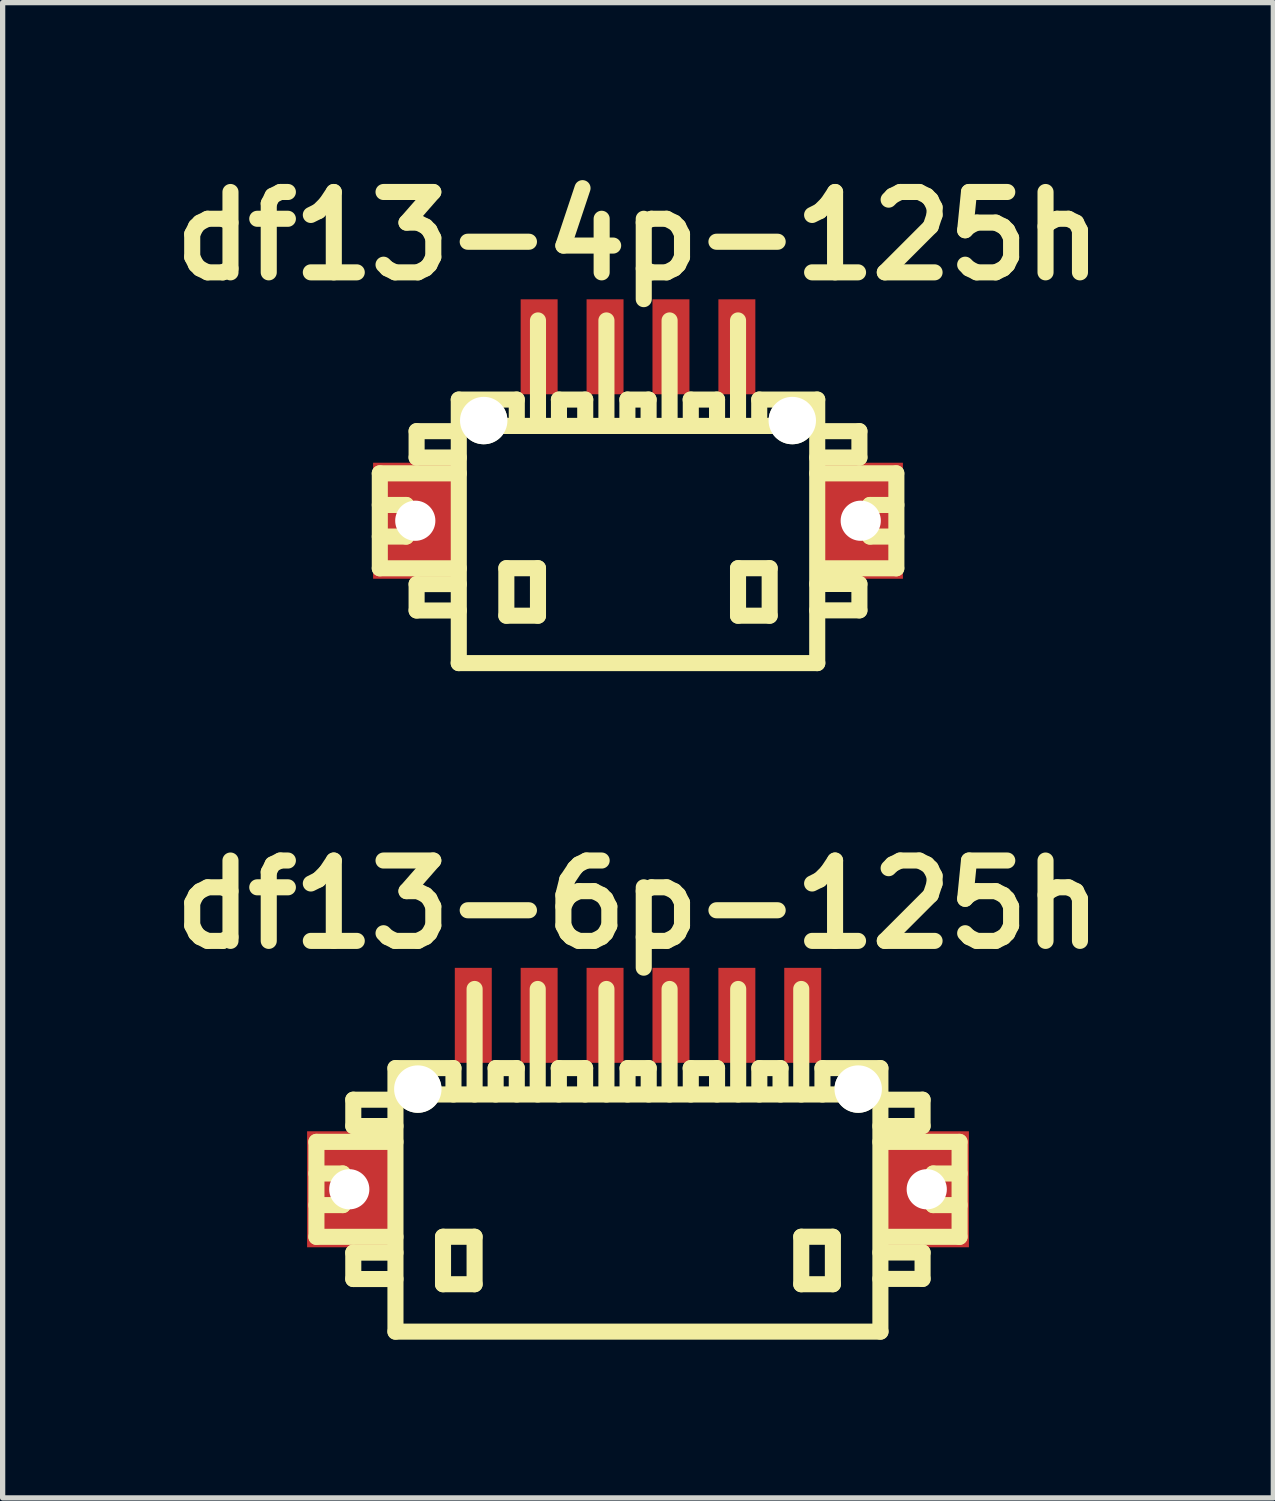
<source format=kicad_pcb>
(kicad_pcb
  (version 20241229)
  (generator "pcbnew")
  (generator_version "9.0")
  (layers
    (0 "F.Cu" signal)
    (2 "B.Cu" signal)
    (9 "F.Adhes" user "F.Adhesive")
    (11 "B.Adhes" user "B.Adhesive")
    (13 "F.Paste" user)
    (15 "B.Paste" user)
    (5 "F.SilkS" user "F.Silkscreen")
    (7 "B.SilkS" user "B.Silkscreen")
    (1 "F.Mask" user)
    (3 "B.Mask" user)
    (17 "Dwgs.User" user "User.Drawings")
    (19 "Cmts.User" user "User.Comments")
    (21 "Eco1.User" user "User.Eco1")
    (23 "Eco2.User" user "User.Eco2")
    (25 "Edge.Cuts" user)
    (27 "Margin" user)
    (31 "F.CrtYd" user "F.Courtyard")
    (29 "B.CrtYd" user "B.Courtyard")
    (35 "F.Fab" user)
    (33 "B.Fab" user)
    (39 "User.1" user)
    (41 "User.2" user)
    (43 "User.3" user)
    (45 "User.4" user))
  (footprint "df13-4p-125h"
    (layer "F.Cu")
    (at 9.05 7.027)
    (property "Reference" "df13-4p-125h" (at 0 -5.601 0) (layer "F.SilkS") (effects (font (size 1.524 1.524) (thickness 0.305))))
    (attr through_hole)
    (fp_line (start -4.897 -1.1) (end -4.897 0.701) (stroke (width 0.305) (type solid)) (layer "F.SilkS"))
    (fp_line (start -4.897 0.701) (end -3.399 0.701) (stroke (width 0.305) (type solid)) (layer "F.SilkS"))
    (fp_line (start -4.397 -0.5) (end -4.897 -0.5) (stroke (width 0.305) (type solid)) (layer "F.SilkS"))
    (fp_line (start -4.397 0.099) (end -4.897 0.099) (stroke (width 0.305) (type solid)) (layer "F.SilkS"))
    (fp_line (start -4.397 0.099) (end -4.397 -0.5) (stroke (width 0.305) (type solid)) (layer "F.SilkS"))
    (fp_line (start -4.199 -1.9) (end -4.199 -1.4) (stroke (width 0.305) (type solid)) (layer "F.SilkS"))
    (fp_line (start -4.199 -1.9) (end -3.399 -1.9) (stroke (width 0.305) (type solid)) (layer "F.SilkS"))
    (fp_line (start -4.199 1.001) (end -4.199 1.501) (stroke (width 0.305) (type solid)) (layer "F.SilkS"))
    (fp_line (start -4.199 1.501) (end -3.399 1.501) (stroke (width 0.305) (type solid)) (layer "F.SilkS"))
    (fp_line (start -3.401 -1.999) (end 3.401 -1.999) (stroke (width 0.305) (type solid)) (layer "F.SilkS"))
    (fp_line (start -3.401 2.499) (end 3.401 2.499) (stroke (width 0.305) (type solid)) (layer "F.SilkS"))
    (fp_line (start -3.399 -1.4) (end -4.199 -1.4) (stroke (width 0.305) (type solid)) (layer "F.SilkS"))
    (fp_line (start -3.399 -1.1) (end -4.897 -1.1) (stroke (width 0.305) (type solid)) (layer "F.SilkS"))
    (fp_line (start -3.399 1.001) (end -4.199 1.001) (stroke (width 0.305) (type solid)) (layer "F.SilkS"))
    (fp_line (start -3.399 2.499) (end -3.399 -2.499) (stroke (width 0.305) (type solid)) (layer "F.SilkS"))
    (fp_line (start -2.497 0.699) (end -2.497 1.6) (stroke (width 0.305) (type solid)) (layer "F.SilkS"))
    (fp_line (start -2.497 1.6) (end -1.897 1.6) (stroke (width 0.305) (type solid)) (layer "F.SilkS"))
    (fp_line (start -2.299 -2.499) (end -3.399 -2.499) (stroke (width 0.305) (type solid)) (layer "F.SilkS"))
    (fp_line (start -2.299 -2.499) (end -2.299 -1.999) (stroke (width 0.305) (type solid)) (layer "F.SilkS"))
    (fp_line (start -1.897 -4) (end -1.897 -1.999) (stroke (width 0.305) (type solid)) (layer "F.SilkS"))
    (fp_line (start -1.897 0.699) (end -2.497 0.699) (stroke (width 0.305) (type solid)) (layer "F.SilkS"))
    (fp_line (start -1.897 1.6) (end -1.897 0.699) (stroke (width 0.305) (type solid)) (layer "F.SilkS"))
    (fp_line (start -1.501 -2.499) (end -1.001 -2.499) (stroke (width 0.305) (type solid)) (layer "F.SilkS"))
    (fp_line (start -1.499 -1.999) (end -1.499 -2.499) (stroke (width 0.305) (type solid)) (layer "F.SilkS"))
    (fp_line (start -1.001 -2.499) (end -1.001 -1.999) (stroke (width 0.305) (type solid)) (layer "F.SilkS"))
    (fp_line (start -0.599 -1.999) (end -0.599 -4) (stroke (width 0.305) (type solid)) (layer "F.SilkS"))
    (fp_line (start -0.201 -2.499) (end -0.201 -1.999) (stroke (width 0.305) (type solid)) (layer "F.SilkS"))
    (fp_line (start 0.201 -2.499) (end -0.201 -2.499) (stroke (width 0.305) (type solid)) (layer "F.SilkS"))
    (fp_line (start 0.201 -2.499) (end 0.201 -1.999) (stroke (width 0.305) (type solid)) (layer "F.SilkS"))
    (fp_line (start 0.599 -1.999) (end 0.599 -4) (stroke (width 0.305) (type solid)) (layer "F.SilkS"))
    (fp_line (start 0.998 -2.499) (end 1.499 -2.499) (stroke (width 0.305) (type solid)) (layer "F.SilkS"))
    (fp_line (start 1.001 -1.999) (end 1.001 -2.499) (stroke (width 0.305) (type solid)) (layer "F.SilkS"))
    (fp_line (start 1.499 -2.499) (end 1.499 -1.999) (stroke (width 0.305) (type solid)) (layer "F.SilkS"))
    (fp_line (start 1.897 -1.999) (end 1.897 -4) (stroke (width 0.305) (type solid)) (layer "F.SilkS"))
    (fp_line (start 1.897 0.699) (end 2.497 0.699) (stroke (width 0.305) (type solid)) (layer "F.SilkS"))
    (fp_line (start 1.897 1.6) (end 1.897 0.699) (stroke (width 0.305) (type solid)) (layer "F.SilkS"))
    (fp_line (start 2.299 -2.499) (end 2.299 -1.999) (stroke (width 0.305) (type solid)) (layer "F.SilkS"))
    (fp_line (start 2.497 0.699) (end 2.497 1.6) (stroke (width 0.305) (type solid)) (layer "F.SilkS"))
    (fp_line (start 2.497 1.6) (end 1.897 1.6) (stroke (width 0.305) (type solid)) (layer "F.SilkS"))
    (fp_line (start 3.399 -2.499) (end 2.299 -2.499) (stroke (width 0.305) (type solid)) (layer "F.SilkS"))
    (fp_line (start 3.399 -2.499) (end 3.399 2.499) (stroke (width 0.305) (type solid)) (layer "F.SilkS"))
    (fp_line (start 3.399 -1.9) (end 4.199 -1.9) (stroke (width 0.305) (type solid)) (layer "F.SilkS"))
    (fp_line (start 3.399 0.998) (end 4.199 0.998) (stroke (width 0.305) (type solid)) (layer "F.SilkS"))
    (fp_line (start 4.199 -1.9) (end 4.199 -1.4) (stroke (width 0.305) (type solid)) (layer "F.SilkS"))
    (fp_line (start 4.199 -1.4) (end 3.399 -1.4) (stroke (width 0.305) (type solid)) (layer "F.SilkS"))
    (fp_line (start 4.199 0.998) (end 4.199 1.499) (stroke (width 0.305) (type solid)) (layer "F.SilkS"))
    (fp_line (start 4.199 1.499) (end 3.399 1.499) (stroke (width 0.305) (type solid)) (layer "F.SilkS"))
    (fp_line (start 4.399 0.099) (end 4.399 -0.5) (stroke (width 0.305) (type solid)) (layer "F.SilkS"))
    (fp_line (start 4.897 -1.1) (end 3.399 -1.1) (stroke (width 0.305) (type solid)) (layer "F.SilkS"))
    (fp_line (start 4.897 0.701) (end 3.498 0.701) (stroke (width 0.305) (type solid)) (layer "F.SilkS"))
    (fp_line (start 4.9 -1.1) (end 4.9 0.701) (stroke (width 0.305) (type solid)) (layer "F.SilkS"))
    (fp_line (start 4.9 -0.5) (end 4.399 -0.5) (stroke (width 0.305) (type solid)) (layer "F.SilkS"))
    (fp_line (start 4.9 0.099) (end 4.399 0.099) (stroke (width 0.305) (type solid)) (layer "F.SilkS"))
    (pad "" np_thru_hole rect (at -4.224 -0.201) (size 1.6 2.2) (drill 0.762) (layers "F.Cu" "F.Mask" "F.Paste"))
    (pad "" np_thru_hole circle (at -2.926 -2.101) (size 0.899 0.899) (drill 0.899) (layers "*.Cu" "*.Mask" "F.SilkS"))
    (pad "" np_thru_hole circle (at 2.926 -2.101) (size 0.899 0.899) (drill 0.899) (layers "*.Cu" "*.Mask" "F.SilkS"))
    (pad "" np_thru_hole rect (at 4.224 -0.201) (size 1.6 2.2) (drill 0.762) (layers "F.Cu" "F.Mask" "F.Paste"))
    (pad "1" smd rect (at 1.875 -3.5) (size 0.701 1.801) (layers "F.Cu" "F.Mask" "F.Paste"))
    (pad "2" smd rect (at 0.625 -3.5) (size 0.701 1.801) (layers "F.Cu" "F.Mask" "F.Paste"))
    (pad "3" smd rect (at -0.625 -3.5) (size 0.701 1.801) (layers "F.Cu" "F.Mask" "F.Paste"))
    (pad "4" smd rect (at -1.875 -3.5) (size 0.701 1.801) (layers "F.Cu" "F.Mask" "F.Paste")))
  (footprint "df13-6p-125h"
    (layer "F.Cu")
    (at 9.05 19.706)
    (property "Reference" "df13-6p-125h" (at 0 -5.601 0) (layer "F.SilkS") (effects (font (size 1.524 1.524) (thickness 0.305))))
    (attr through_hole)
    (fp_line (start -6.099 -1.1) (end -6.099 0.701) (stroke (width 0.305) (type solid)) (layer "F.SilkS"))
    (fp_line (start -6.099 0.701) (end -4.6 0.701) (stroke (width 0.305) (type solid)) (layer "F.SilkS"))
    (fp_line (start -5.598 -0.5) (end -6.099 -0.5) (stroke (width 0.305) (type solid)) (layer "F.SilkS"))
    (fp_line (start -5.598 0.099) (end -6.099 0.099) (stroke (width 0.305) (type solid)) (layer "F.SilkS"))
    (fp_line (start -5.598 0.099) (end -5.598 -0.5) (stroke (width 0.305) (type solid)) (layer "F.SilkS"))
    (fp_line (start -5.4 -1.9) (end -5.4 -1.4) (stroke (width 0.305) (type solid)) (layer "F.SilkS"))
    (fp_line (start -5.4 -1.9) (end -4.6 -1.9) (stroke (width 0.305) (type solid)) (layer "F.SilkS"))
    (fp_line (start -5.4 1.001) (end -5.4 1.501) (stroke (width 0.305) (type solid)) (layer "F.SilkS"))
    (fp_line (start -5.4 1.501) (end -4.6 1.501) (stroke (width 0.305) (type solid)) (layer "F.SilkS"))
    (fp_line (start -4.6 -1.4) (end -5.4 -1.4) (stroke (width 0.305) (type solid)) (layer "F.SilkS"))
    (fp_line (start -4.6 -1.1) (end -6.099 -1.1) (stroke (width 0.305) (type solid)) (layer "F.SilkS"))
    (fp_line (start -4.6 1.001) (end -5.4 1.001) (stroke (width 0.305) (type solid)) (layer "F.SilkS"))
    (fp_line (start -4.6 2.499) (end -4.6 -2.499) (stroke (width 0.305) (type solid)) (layer "F.SilkS"))
    (fp_line (start -4.6 2.499) (end 4.6 2.499) (stroke (width 0.305) (type solid)) (layer "F.SilkS"))
    (fp_line (start -3.698 0.699) (end -3.698 1.6) (stroke (width 0.305) (type solid)) (layer "F.SilkS"))
    (fp_line (start -3.698 1.6) (end -3.099 1.6) (stroke (width 0.305) (type solid)) (layer "F.SilkS"))
    (fp_line (start -3.5 -2.499) (end -4.6 -2.499) (stroke (width 0.305) (type solid)) (layer "F.SilkS"))
    (fp_line (start -3.5 -2.499) (end -3.5 -1.999) (stroke (width 0.305) (type solid)) (layer "F.SilkS"))
    (fp_line (start -3.099 -4) (end -3.099 -1.999) (stroke (width 0.305) (type solid)) (layer "F.SilkS"))
    (fp_line (start -3.099 0.699) (end -3.698 0.699) (stroke (width 0.305) (type solid)) (layer "F.SilkS"))
    (fp_line (start -3.099 1.6) (end -3.099 0.699) (stroke (width 0.305) (type solid)) (layer "F.SilkS"))
    (fp_line (start -2.7 -2.499) (end -2.7 -1.999) (stroke (width 0.305) (type solid)) (layer "F.SilkS"))
    (fp_line (start -2.299 -2.499) (end -2.7 -2.499) (stroke (width 0.305) (type solid)) (layer "F.SilkS"))
    (fp_line (start -2.299 -2.499) (end -2.299 -1.999) (stroke (width 0.305) (type solid)) (layer "F.SilkS"))
    (fp_line (start -1.902 -1.999) (end -1.902 -4) (stroke (width 0.305) (type solid)) (layer "F.SilkS"))
    (fp_line (start -1.504 -2.499) (end -1.003 -2.499) (stroke (width 0.305) (type solid)) (layer "F.SilkS"))
    (fp_line (start -1.501 -1.999) (end -1.501 -2.499) (stroke (width 0.305) (type solid)) (layer "F.SilkS"))
    (fp_line (start -1.003 -2.499) (end -1.003 -1.999) (stroke (width 0.305) (type solid)) (layer "F.SilkS"))
    (fp_line (start -0.599 -1.999) (end -0.599 -4) (stroke (width 0.305) (type solid)) (layer "F.SilkS"))
    (fp_line (start -0.198 -2.499) (end -0.198 -1.999) (stroke (width 0.305) (type solid)) (layer "F.SilkS"))
    (fp_line (start 0.203 -2.499) (end -0.198 -2.499) (stroke (width 0.305) (type solid)) (layer "F.SilkS"))
    (fp_line (start 0.203 -2.499) (end 0.203 -1.999) (stroke (width 0.305) (type solid)) (layer "F.SilkS"))
    (fp_line (start 0.599 -1.999) (end 0.599 -4) (stroke (width 0.305) (type solid)) (layer "F.SilkS"))
    (fp_line (start 0.998 -2.499) (end 1.499 -2.499) (stroke (width 0.305) (type solid)) (layer "F.SilkS"))
    (fp_line (start 1.001 -1.999) (end 1.001 -2.499) (stroke (width 0.305) (type solid)) (layer "F.SilkS"))
    (fp_line (start 1.499 -2.499) (end 1.499 -1.999) (stroke (width 0.305) (type solid)) (layer "F.SilkS"))
    (fp_line (start 1.9 -1.999) (end 1.9 -4) (stroke (width 0.305) (type solid)) (layer "F.SilkS"))
    (fp_line (start 2.301 -2.499) (end 2.301 -1.999) (stroke (width 0.305) (type solid)) (layer "F.SilkS"))
    (fp_line (start 2.703 -2.499) (end 2.301 -2.499) (stroke (width 0.305) (type solid)) (layer "F.SilkS"))
    (fp_line (start 2.703 -2.499) (end 2.703 -1.999) (stroke (width 0.305) (type solid)) (layer "F.SilkS"))
    (fp_line (start 3.096 -1.999) (end 3.096 -4) (stroke (width 0.305) (type solid)) (layer "F.SilkS"))
    (fp_line (start 3.096 0.699) (end 3.696 0.699) (stroke (width 0.305) (type solid)) (layer "F.SilkS"))
    (fp_line (start 3.096 1.6) (end 3.096 0.699) (stroke (width 0.305) (type solid)) (layer "F.SilkS"))
    (fp_line (start 3.498 -2.499) (end 3.498 -1.999) (stroke (width 0.305) (type solid)) (layer "F.SilkS"))
    (fp_line (start 3.696 0.699) (end 3.696 1.6) (stroke (width 0.305) (type solid)) (layer "F.SilkS"))
    (fp_line (start 3.696 1.6) (end 3.096 1.6) (stroke (width 0.305) (type solid)) (layer "F.SilkS"))
    (fp_line (start 4.597 -2.499) (end 3.498 -2.499) (stroke (width 0.305) (type solid)) (layer "F.SilkS"))
    (fp_line (start 4.597 -2.499) (end 4.597 2.499) (stroke (width 0.305) (type solid)) (layer "F.SilkS"))
    (fp_line (start 4.597 -1.9) (end 5.397 -1.9) (stroke (width 0.305) (type solid)) (layer "F.SilkS"))
    (fp_line (start 4.597 0.998) (end 5.397 0.998) (stroke (width 0.305) (type solid)) (layer "F.SilkS"))
    (fp_line (start 4.6 -1.999) (end -4.6 -1.999) (stroke (width 0.305) (type solid)) (layer "F.SilkS"))
    (fp_line (start 5.397 -1.9) (end 5.397 -1.4) (stroke (width 0.305) (type solid)) (layer "F.SilkS"))
    (fp_line (start 5.397 -1.4) (end 4.597 -1.4) (stroke (width 0.305) (type solid)) (layer "F.SilkS"))
    (fp_line (start 5.397 0.998) (end 5.397 1.499) (stroke (width 0.305) (type solid)) (layer "F.SilkS"))
    (fp_line (start 5.397 1.499) (end 4.597 1.499) (stroke (width 0.305) (type solid)) (layer "F.SilkS"))
    (fp_line (start 5.598 0.099) (end 5.598 -0.5) (stroke (width 0.305) (type solid)) (layer "F.SilkS"))
    (fp_line (start 6.096 -1.1) (end 4.597 -1.1) (stroke (width 0.305) (type solid)) (layer "F.SilkS"))
    (fp_line (start 6.096 0.701) (end 4.696 0.701) (stroke (width 0.305) (type solid)) (layer "F.SilkS"))
    (fp_line (start 6.099 -1.1) (end 6.099 0.701) (stroke (width 0.305) (type solid)) (layer "F.SilkS"))
    (fp_line (start 6.099 -0.5) (end 5.598 -0.5) (stroke (width 0.305) (type solid)) (layer "F.SilkS"))
    (fp_line (start 6.099 0.099) (end 5.598 0.099) (stroke (width 0.305) (type solid)) (layer "F.SilkS"))
    (pad "" np_thru_hole rect (at -5.476 -0.201) (size 1.6 2.2) (drill 0.762) (layers "F.Cu" "F.Mask" "F.Paste"))
    (pad "" np_thru_hole circle (at -4.176 -2.101) (size 0.899 0.899) (drill 0.899) (layers "*.Cu" "*.Mask" "F.SilkS"))
    (pad "" np_thru_hole circle (at 4.176 -2.101) (size 0.899 0.899) (drill 0.899) (layers "*.Cu" "*.Mask" "F.SilkS"))
    (pad "" np_thru_hole rect (at 5.476 -0.201) (size 1.6 2.2) (drill 0.762) (layers "F.Cu" "F.Mask" "F.Paste"))
    (pad "1" smd rect (at 3.124 -3.5) (size 0.701 1.801) (layers "F.Cu" "F.Mask" "F.Paste"))
    (pad "2" smd rect (at 1.875 -3.5) (size 0.701 1.801) (layers "F.Cu" "F.Mask" "F.Paste"))
    (pad "3" smd rect (at 0.625 -3.5) (size 0.701 1.801) (layers "F.Cu" "F.Mask" "F.Paste"))
    (pad "4" smd rect (at -0.625 -3.5) (size 0.701 1.801) (layers "F.Cu" "F.Mask" "F.Paste"))
    (pad "5" smd rect (at -1.875 -3.5) (size 0.701 1.801) (layers "F.Cu" "F.Mask" "F.Paste"))
    (pad "6" smd rect (at -3.124 -3.5) (size 0.701 1.801) (layers "F.Cu" "F.Mask" "F.Paste")))
  (gr_rect
    (start -3 -3)
    (end 21.099 25.358)
    (stroke (width 0.1) (type default))
    (fill no)
    (layer "Edge.Cuts")))
</source>
